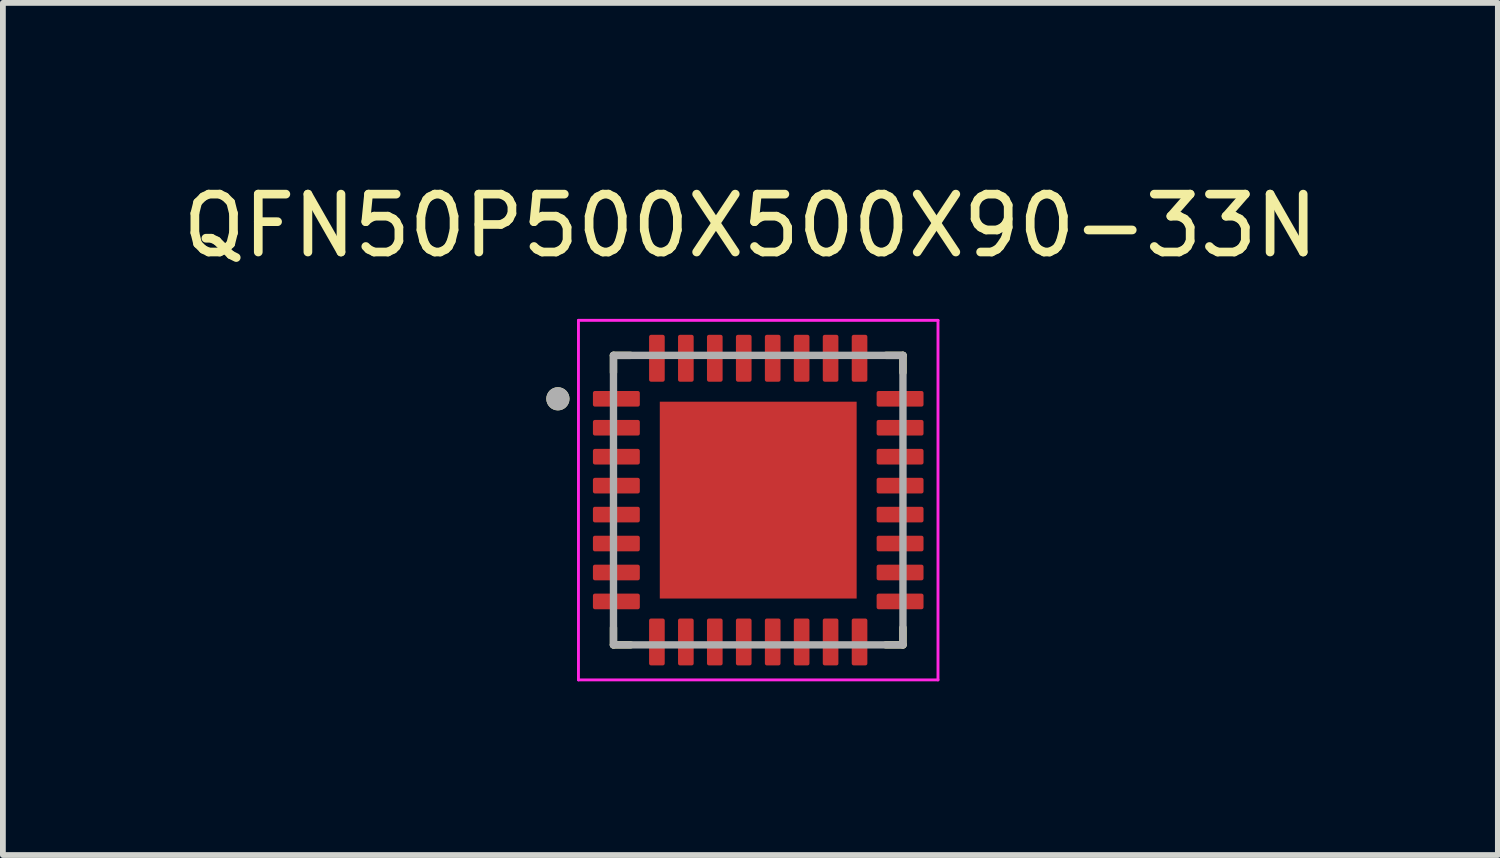
<source format=kicad_pcb>
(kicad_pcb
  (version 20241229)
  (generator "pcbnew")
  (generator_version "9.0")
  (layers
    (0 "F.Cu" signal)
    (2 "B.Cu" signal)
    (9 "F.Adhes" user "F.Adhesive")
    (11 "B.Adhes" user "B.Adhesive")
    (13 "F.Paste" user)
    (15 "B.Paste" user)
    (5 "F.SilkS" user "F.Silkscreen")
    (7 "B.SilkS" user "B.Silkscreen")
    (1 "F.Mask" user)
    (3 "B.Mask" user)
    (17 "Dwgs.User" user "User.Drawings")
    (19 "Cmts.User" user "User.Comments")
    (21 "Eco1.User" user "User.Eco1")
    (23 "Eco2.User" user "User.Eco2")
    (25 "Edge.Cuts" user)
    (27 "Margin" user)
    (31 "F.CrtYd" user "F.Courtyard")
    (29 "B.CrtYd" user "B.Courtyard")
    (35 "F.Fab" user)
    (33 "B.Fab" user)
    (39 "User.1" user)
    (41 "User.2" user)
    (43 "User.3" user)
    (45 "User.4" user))
  (footprint "QFN50P500X500X90-33N"
    (layer "F.Cu")
    (at 10.046 5.588)
    (property "Reference" "QFN50P500X500X90-33N" (at -0.135 -4.74 0) (layer "F.SilkS") (effects (font (size 1 1) (thickness 0.15))))
    (attr smd)
    (fp_line (start -2.5 -2.5) (end -2.5 -2.205) (stroke (width 0.127) (type solid)) (layer "F.SilkS"))
    (fp_line (start -2.5 -2.5) (end -2.205 -2.5) (stroke (width 0.127) (type solid)) (layer "F.SilkS"))
    (fp_line (start -2.5 2.5) (end -2.5 2.205) (stroke (width 0.127) (type solid)) (layer "F.SilkS"))
    (fp_line (start -2.5 2.5) (end -2.205 2.5) (stroke (width 0.127) (type solid)) (layer "F.SilkS"))
    (fp_line (start 2.5 -2.5) (end 2.205 -2.5) (stroke (width 0.127) (type solid)) (layer "F.SilkS"))
    (fp_line (start 2.5 -2.5) (end 2.5 -2.205) (stroke (width 0.127) (type solid)) (layer "F.SilkS"))
    (fp_line (start 2.5 2.5) (end 2.205 2.5) (stroke (width 0.127) (type solid)) (layer "F.SilkS"))
    (fp_line (start 2.5 2.5) (end 2.5 2.205) (stroke (width 0.127) (type solid)) (layer "F.SilkS"))
    (fp_circle (center -3.46 -1.75) (end -3.36 -1.75) (stroke (width 0.2) (type solid)) (fill no) (layer "F.SilkS"))
    (fp_poly (pts (xy -1.08 -1.08) (xy 1.08 -1.08) (xy 1.08 1.08) (xy -1.08 1.08)) (stroke (width 0.01) (type solid)) (fill yes) (layer "F.Paste"))
    (fp_line (start -3.105 -3.105) (end 3.105 -3.105) (stroke (width 0.05) (type solid)) (layer "F.CrtYd"))
    (fp_line (start -3.105 3.105) (end -3.105 -3.105) (stroke (width 0.05) (type solid)) (layer "F.CrtYd"))
    (fp_line (start -3.105 3.105) (end 3.105 3.105) (stroke (width 0.05) (type solid)) (layer "F.CrtYd"))
    (fp_line (start 3.105 3.105) (end 3.105 -3.105) (stroke (width 0.05) (type solid)) (layer "F.CrtYd"))
    (fp_line (start -2.5 2.5) (end -2.5 -2.5) (stroke (width 0.127) (type solid)) (layer "F.Fab"))
    (fp_line (start 2.5 -2.5) (end -2.5 -2.5) (stroke (width 0.127) (type solid)) (layer "F.Fab"))
    (fp_line (start 2.5 2.5) (end -2.5 2.5) (stroke (width 0.127) (type solid)) (layer "F.Fab"))
    (fp_line (start 2.5 2.5) (end 2.5 -2.5) (stroke (width 0.127) (type solid)) (layer "F.Fab"))
    (fp_circle (center -3.46 -1.75) (end -3.36 -1.75) (stroke (width 0.2) (type solid)) (fill no) (layer "F.Fab"))
    (pad "1" smd roundrect (at -2.45 -1.75) (size 0.81 0.27) (layers "F.Cu" "F.Mask" "F.Paste") (roundrect_rratio 0.125))
    (pad "2" smd roundrect (at -2.45 -1.25) (size 0.81 0.27) (layers "F.Cu" "F.Mask" "F.Paste") (roundrect_rratio 0.125))
    (pad "3" smd roundrect (at -2.45 -0.75) (size 0.81 0.27) (layers "F.Cu" "F.Mask" "F.Paste") (roundrect_rratio 0.125))
    (pad "4" smd roundrect (at -2.45 -0.25) (size 0.81 0.27) (layers "F.Cu" "F.Mask" "F.Paste") (roundrect_rratio 0.125))
    (pad "5" smd roundrect (at -2.45 0.25) (size 0.81 0.27) (layers "F.Cu" "F.Mask" "F.Paste") (roundrect_rratio 0.125))
    (pad "6" smd roundrect (at -2.45 0.75) (size 0.81 0.27) (layers "F.Cu" "F.Mask" "F.Paste") (roundrect_rratio 0.125))
    (pad "7" smd roundrect (at -2.45 1.25) (size 0.81 0.27) (layers "F.Cu" "F.Mask" "F.Paste") (roundrect_rratio 0.125))
    (pad "8" smd roundrect (at -2.45 1.75) (size 0.81 0.27) (layers "F.Cu" "F.Mask" "F.Paste") (roundrect_rratio 0.125))
    (pad "9" smd roundrect (at -1.75 2.45) (size 0.27 0.81) (layers "F.Cu" "F.Mask" "F.Paste") (roundrect_rratio 0.125))
    (pad "10" smd roundrect (at -1.25 2.45) (size 0.27 0.81) (layers "F.Cu" "F.Mask" "F.Paste") (roundrect_rratio 0.125))
    (pad "11" smd roundrect (at -0.75 2.45) (size 0.27 0.81) (layers "F.Cu" "F.Mask" "F.Paste") (roundrect_rratio 0.125))
    (pad "12" smd roundrect (at -0.25 2.45) (size 0.27 0.81) (layers "F.Cu" "F.Mask" "F.Paste") (roundrect_rratio 0.125))
    (pad "13" smd roundrect (at 0.25 2.45) (size 0.27 0.81) (layers "F.Cu" "F.Mask" "F.Paste") (roundrect_rratio 0.125))
    (pad "14" smd roundrect (at 0.75 2.45) (size 0.27 0.81) (layers "F.Cu" "F.Mask" "F.Paste") (roundrect_rratio 0.125))
    (pad "15" smd roundrect (at 1.25 2.45) (size 0.27 0.81) (layers "F.Cu" "F.Mask" "F.Paste") (roundrect_rratio 0.125))
    (pad "16" smd roundrect (at 1.75 2.45) (size 0.27 0.81) (layers "F.Cu" "F.Mask" "F.Paste") (roundrect_rratio 0.125))
    (pad "17" smd roundrect (at 2.45 1.75) (size 0.81 0.27) (layers "F.Cu" "F.Mask" "F.Paste") (roundrect_rratio 0.125))
    (pad "18" smd roundrect (at 2.45 1.25) (size 0.81 0.27) (layers "F.Cu" "F.Mask" "F.Paste") (roundrect_rratio 0.125))
    (pad "19" smd roundrect (at 2.45 0.75) (size 0.81 0.27) (layers "F.Cu" "F.Mask" "F.Paste") (roundrect_rratio 0.125))
    (pad "20" smd roundrect (at 2.45 0.25) (size 0.81 0.27) (layers "F.Cu" "F.Mask" "F.Paste") (roundrect_rratio 0.125))
    (pad "21" smd roundrect (at 2.45 -0.25) (size 0.81 0.27) (layers "F.Cu" "F.Mask" "F.Paste") (roundrect_rratio 0.125))
    (pad "22" smd roundrect (at 2.45 -0.75) (size 0.81 0.27) (layers "F.Cu" "F.Mask" "F.Paste") (roundrect_rratio 0.125))
    (pad "23" smd roundrect (at 2.45 -1.25) (size 0.81 0.27) (layers "F.Cu" "F.Mask" "F.Paste") (roundrect_rratio 0.125))
    (pad "24" smd roundrect (at 2.45 -1.75) (size 0.81 0.27) (layers "F.Cu" "F.Mask" "F.Paste") (roundrect_rratio 0.125))
    (pad "25" smd roundrect (at 1.75 -2.45) (size 0.27 0.81) (layers "F.Cu" "F.Mask" "F.Paste") (roundrect_rratio 0.125))
    (pad "26" smd roundrect (at 1.25 -2.45) (size 0.27 0.81) (layers "F.Cu" "F.Mask" "F.Paste") (roundrect_rratio 0.125))
    (pad "27" smd roundrect (at 0.75 -2.45) (size 0.27 0.81) (layers "F.Cu" "F.Mask" "F.Paste") (roundrect_rratio 0.125))
    (pad "28" smd roundrect (at 0.25 -2.45) (size 0.27 0.81) (layers "F.Cu" "F.Mask" "F.Paste") (roundrect_rratio 0.125))
    (pad "29" smd roundrect (at -0.25 -2.45) (size 0.27 0.81) (layers "F.Cu" "F.Mask" "F.Paste") (roundrect_rratio 0.125))
    (pad "30" smd roundrect (at -0.75 -2.45) (size 0.27 0.81) (layers "F.Cu" "F.Mask" "F.Paste") (roundrect_rratio 0.125))
    (pad "31" smd roundrect (at -1.25 -2.45) (size 0.27 0.81) (layers "F.Cu" "F.Mask" "F.Paste") (roundrect_rratio 0.125))
    (pad "32" smd roundrect (at -1.75 -2.45) (size 0.27 0.81) (layers "F.Cu" "F.Mask" "F.Paste") (roundrect_rratio 0.125))
    (pad "33" smd rect (at 0 0) (size 3.4 3.4) (layers "F.Cu" "F.Mask")))
  (gr_rect
    (start -3 -3)
    (end 22.821 11.718)
    (stroke (width 0.1) (type default))
    (fill no)
    (layer "Edge.Cuts")))
</source>
